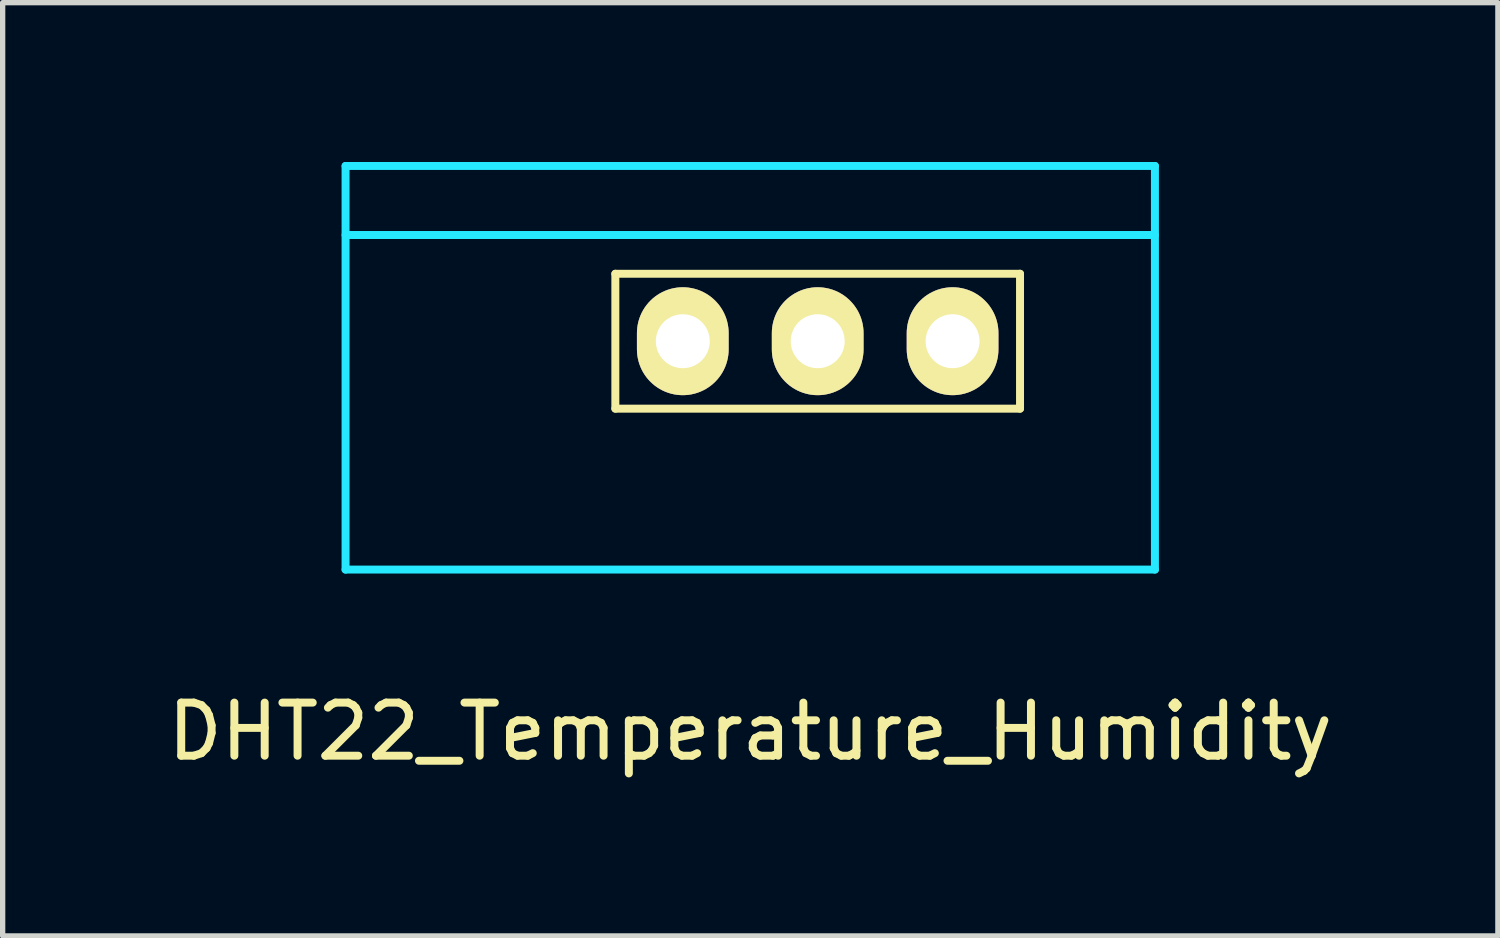
<source format=kicad_pcb>
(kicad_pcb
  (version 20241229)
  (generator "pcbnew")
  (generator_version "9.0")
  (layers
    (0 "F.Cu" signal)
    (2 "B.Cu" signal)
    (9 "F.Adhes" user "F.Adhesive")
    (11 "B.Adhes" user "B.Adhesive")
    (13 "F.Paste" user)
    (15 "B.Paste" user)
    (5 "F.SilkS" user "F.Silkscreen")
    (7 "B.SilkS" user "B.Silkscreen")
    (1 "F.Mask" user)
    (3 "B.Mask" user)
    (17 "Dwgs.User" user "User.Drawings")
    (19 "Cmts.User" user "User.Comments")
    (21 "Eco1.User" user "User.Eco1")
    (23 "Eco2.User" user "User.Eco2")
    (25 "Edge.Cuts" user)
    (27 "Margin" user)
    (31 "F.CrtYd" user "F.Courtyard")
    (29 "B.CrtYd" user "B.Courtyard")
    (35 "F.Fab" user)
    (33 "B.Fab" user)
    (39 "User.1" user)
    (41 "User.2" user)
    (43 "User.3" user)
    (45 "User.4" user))
  (footprint "DHT22_Temperature_Humidity"
    (layer "F.Cu")
    (at 11.077 3.375)
    (property "Reference" "DHT22_Temperature_Humidity" (at 0 7.35 0) (layer "F.SilkS") (effects (font (size 1 1) (thickness 0.15))))
    (attr through_hole)
    (fp_line (start -2.54 -1.27) (end 5.08 -1.27) (stroke (width 0.15) (type solid)) (layer "F.SilkS"))
    (fp_line (start -2.54 1.27) (end -2.54 -1.27) (stroke (width 0.15) (type solid)) (layer "F.SilkS"))
    (fp_line (start 5.08 -1.27) (end 5.08 1.27) (stroke (width 0.15) (type solid)) (layer "F.SilkS"))
    (fp_line (start 5.08 1.27) (end -2.54 1.27) (stroke (width 0.15) (type solid)) (layer "F.SilkS"))
    (fp_line (start -7.62 -3.3) (end -7.62 4.3) (stroke (width 0.15) (type solid)) (layer "B.CrtYd"))
    (fp_line (start -7.62 -3.3) (end 7.62 -3.3) (stroke (width 0.15) (type solid)) (layer "B.CrtYd"))
    (fp_line (start -7.62 -2) (end 7.62 -2) (stroke (width 0.15) (type solid)) (layer "B.CrtYd"))
    (fp_line (start -7.62 4.3) (end 7.62 4.3) (stroke (width 0.15) (type solid)) (layer "B.CrtYd"))
    (fp_line (start 7.62 -3.3) (end 7.62 4.3) (stroke (width 0.15) (type solid)) (layer "B.CrtYd"))
    (pad "2" thru_hole oval (at -1.27 0 90) (size 2.032 1.727) (drill 1.016) (layers "*.Cu" "*.Mask" "F.SilkS"))
    (pad "3" thru_hole oval (at 1.27 0 90) (size 2.032 1.727) (drill 1.016) (layers "*.Cu" "*.Mask" "F.SilkS"))
    (pad "4" thru_hole oval (at 3.81 0 90) (size 2.032 1.727) (drill 1.016) (layers "*.Cu" "*.Mask" "F.SilkS")))
  (gr_rect
    (start -3 -3)
    (end 25.155 14.573)
    (stroke (width 0.1) (type default))
    (fill no)
    (layer "Edge.Cuts")))
</source>
